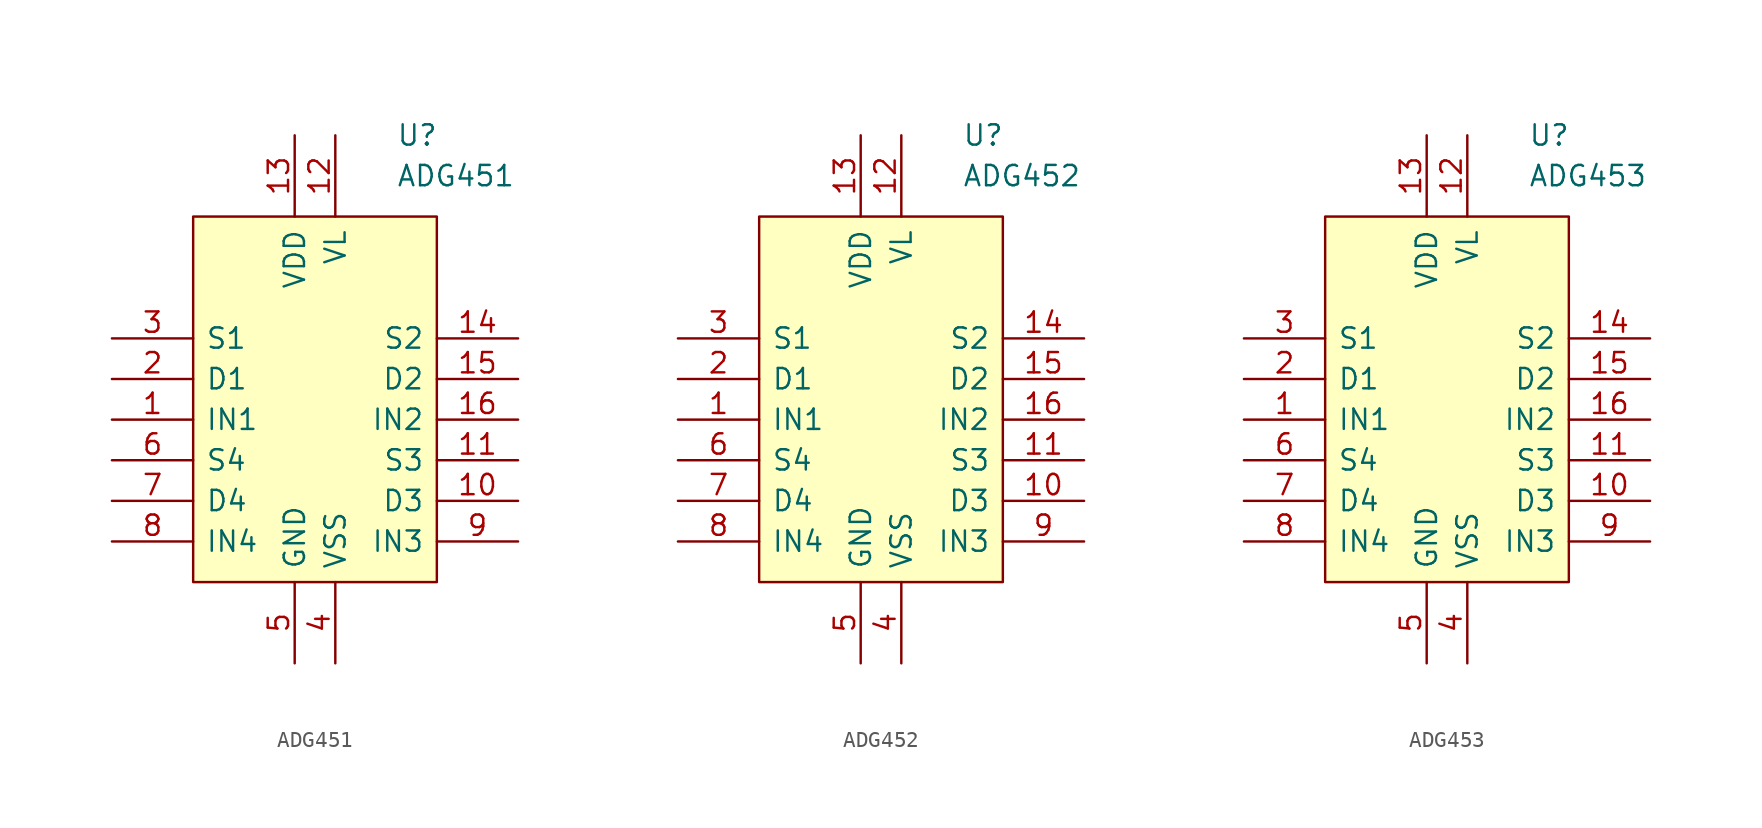
<source format=kicad_sym>
(kicad_symbol_lib
  (version 20220914)
  (generator kicad_symbol_editor)
  (symbol "ADG451"
    (pin_names
      (offset 0.762))
    (property "Reference" "U"
      (at 17.78 7.62 0)
      (effects (font (size 1.27 1.27)) (justify left)))
    (property "Value" "ADG451"
      (at 17.78 5.08 0)
      (effects (font (size 1.27 1.27)) (justify left)))
    (symbol "ADG451_0_0"
      (pin passive line (at 0 -10.16 0) (length 5.08) (name "IN1" (effects (font (size 1.27 1.27)))) (number "1" (effects (font (size 1.27 1.27)))))
      (pin passive line (at 25.4 -15.24 180) (length 5.08) (name "D3" (effects (font (size 1.27 1.27)))) (number "10" (effects (font (size 1.27 1.27)))))
      (pin passive line (at 25.4 -12.7 180) (length 5.08) (name "S3" (effects (font (size 1.27 1.27)))) (number "11" (effects (font (size 1.27 1.27)))))
      (pin passive line (at 13.97 7.62 270) (length 5.08) (name "VL" (effects (font (size 1.27 1.27)))) (number "12" (effects (font (size 1.27 1.27)))))
      (pin passive line (at 11.43 7.62 270) (length 5.08) (name "VDD" (effects (font (size 1.27 1.27)))) (number "13" (effects (font (size 1.27 1.27)))))
      (pin passive line (at 25.4 -5.08 180) (length 5.08) (name "S2" (effects (font (size 1.27 1.27)))) (number "14" (effects (font (size 1.27 1.27)))))
      (pin passive line (at 25.4 -7.62 180) (length 5.08) (name "D2" (effects (font (size 1.27 1.27)))) (number "15" (effects (font (size 1.27 1.27)))))
      (pin passive line (at 25.4 -10.16 180) (length 5.08) (name "IN2" (effects (font (size 1.27 1.27)))) (number "16" (effects (font (size 1.27 1.27)))))
      (pin passive line (at 0 -7.62 0) (length 5.08) (name "D1" (effects (font (size 1.27 1.27)))) (number "2" (effects (font (size 1.27 1.27)))))
      (pin passive line (at 0 -5.08 0) (length 5.08) (name "S1" (effects (font (size 1.27 1.27)))) (number "3" (effects (font (size 1.27 1.27)))))
      (pin passive line (at 13.97 -25.4 90) (length 5.08) (name "VSS" (effects (font (size 1.27 1.27)))) (number "4" (effects (font (size 1.27 1.27)))))
      (pin passive line (at 11.43 -25.4 90) (length 5.08) (name "GND" (effects (font (size 1.27 1.27)))) (number "5" (effects (font (size 1.27 1.27)))))
      (pin passive line (at 0 -12.7 0) (length 5.08) (name "S4" (effects (font (size 1.27 1.27)))) (number "6" (effects (font (size 1.27 1.27)))))
      (pin passive line (at 0 -15.24 0) (length 5.08) (name "D4" (effects (font (size 1.27 1.27)))) (number "7" (effects (font (size 1.27 1.27)))))
      (pin passive line (at 0 -17.78 0) (length 5.08) (name "IN4" (effects (font (size 1.27 1.27)))) (number "8" (effects (font (size 1.27 1.27)))))
      (pin passive line (at 25.4 -17.78 180) (length 5.08) (name "IN3" (effects (font (size 1.27 1.27)))) (number "9" (effects (font (size 1.27 1.27))))))
    (symbol "ADG451_0_1"
      (polyline (pts (xy 5.08 2.54) (xy 20.32 2.54) (xy 20.32 -20.32) (xy 5.08 -20.32) (xy 5.08 2.54)) (stroke (width 0.152) (type default)) (fill (type background)))))
  (symbol "ADG452"
    (pin_names
      (offset 0.762))
    (property "Reference" "U"
      (at 17.78 7.62 0)
      (effects (font (size 1.27 1.27)) (justify left)))
    (property "Value" "ADG452"
      (at 17.78 5.08 0)
      (effects (font (size 1.27 1.27)) (justify left)))
    (symbol "ADG452_0_0"
      (pin passive line (at 0 -10.16 0) (length 5.08) (name "IN1" (effects (font (size 1.27 1.27)))) (number "1" (effects (font (size 1.27 1.27)))))
      (pin passive line (at 25.4 -15.24 180) (length 5.08) (name "D3" (effects (font (size 1.27 1.27)))) (number "10" (effects (font (size 1.27 1.27)))))
      (pin passive line (at 25.4 -12.7 180) (length 5.08) (name "S3" (effects (font (size 1.27 1.27)))) (number "11" (effects (font (size 1.27 1.27)))))
      (pin passive line (at 13.97 7.62 270) (length 5.08) (name "VL" (effects (font (size 1.27 1.27)))) (number "12" (effects (font (size 1.27 1.27)))))
      (pin passive line (at 11.43 7.62 270) (length 5.08) (name "VDD" (effects (font (size 1.27 1.27)))) (number "13" (effects (font (size 1.27 1.27)))))
      (pin passive line (at 25.4 -5.08 180) (length 5.08) (name "S2" (effects (font (size 1.27 1.27)))) (number "14" (effects (font (size 1.27 1.27)))))
      (pin passive line (at 25.4 -7.62 180) (length 5.08) (name "D2" (effects (font (size 1.27 1.27)))) (number "15" (effects (font (size 1.27 1.27)))))
      (pin passive line (at 25.4 -10.16 180) (length 5.08) (name "IN2" (effects (font (size 1.27 1.27)))) (number "16" (effects (font (size 1.27 1.27)))))
      (pin passive line (at 0 -7.62 0) (length 5.08) (name "D1" (effects (font (size 1.27 1.27)))) (number "2" (effects (font (size 1.27 1.27)))))
      (pin passive line (at 0 -5.08 0) (length 5.08) (name "S1" (effects (font (size 1.27 1.27)))) (number "3" (effects (font (size 1.27 1.27)))))
      (pin passive line (at 13.97 -25.4 90) (length 5.08) (name "VSS" (effects (font (size 1.27 1.27)))) (number "4" (effects (font (size 1.27 1.27)))))
      (pin passive line (at 11.43 -25.4 90) (length 5.08) (name "GND" (effects (font (size 1.27 1.27)))) (number "5" (effects (font (size 1.27 1.27)))))
      (pin passive line (at 0 -12.7 0) (length 5.08) (name "S4" (effects (font (size 1.27 1.27)))) (number "6" (effects (font (size 1.27 1.27)))))
      (pin passive line (at 0 -15.24 0) (length 5.08) (name "D4" (effects (font (size 1.27 1.27)))) (number "7" (effects (font (size 1.27 1.27)))))
      (pin passive line (at 0 -17.78 0) (length 5.08) (name "IN4" (effects (font (size 1.27 1.27)))) (number "8" (effects (font (size 1.27 1.27)))))
      (pin passive line (at 25.4 -17.78 180) (length 5.08) (name "IN3" (effects (font (size 1.27 1.27)))) (number "9" (effects (font (size 1.27 1.27))))))
    (symbol "ADG452_0_1"
      (polyline (pts (xy 5.08 2.54) (xy 20.32 2.54) (xy 20.32 -20.32) (xy 5.08 -20.32) (xy 5.08 2.54)) (stroke (width 0.152) (type default)) (fill (type background)))))
  (symbol "ADG453"
    (pin_names
      (offset 0.762))
    (property "Reference" "U"
      (at 17.78 7.62 0)
      (effects (font (size 1.27 1.27)) (justify left)))
    (property "Value" "ADG453"
      (at 17.78 5.08 0)
      (effects (font (size 1.27 1.27)) (justify left)))
    (symbol "ADG453_0_0"
      (pin passive line (at 0 -10.16 0) (length 5.08) (name "IN1" (effects (font (size 1.27 1.27)))) (number "1" (effects (font (size 1.27 1.27)))))
      (pin passive line (at 25.4 -15.24 180) (length 5.08) (name "D3" (effects (font (size 1.27 1.27)))) (number "10" (effects (font (size 1.27 1.27)))))
      (pin passive line (at 25.4 -12.7 180) (length 5.08) (name "S3" (effects (font (size 1.27 1.27)))) (number "11" (effects (font (size 1.27 1.27)))))
      (pin passive line (at 13.97 7.62 270) (length 5.08) (name "VL" (effects (font (size 1.27 1.27)))) (number "12" (effects (font (size 1.27 1.27)))))
      (pin passive line (at 11.43 7.62 270) (length 5.08) (name "VDD" (effects (font (size 1.27 1.27)))) (number "13" (effects (font (size 1.27 1.27)))))
      (pin passive line (at 25.4 -5.08 180) (length 5.08) (name "S2" (effects (font (size 1.27 1.27)))) (number "14" (effects (font (size 1.27 1.27)))))
      (pin passive line (at 25.4 -7.62 180) (length 5.08) (name "D2" (effects (font (size 1.27 1.27)))) (number "15" (effects (font (size 1.27 1.27)))))
      (pin passive line (at 25.4 -10.16 180) (length 5.08) (name "IN2" (effects (font (size 1.27 1.27)))) (number "16" (effects (font (size 1.27 1.27)))))
      (pin passive line (at 0 -7.62 0) (length 5.08) (name "D1" (effects (font (size 1.27 1.27)))) (number "2" (effects (font (size 1.27 1.27)))))
      (pin passive line (at 0 -5.08 0) (length 5.08) (name "S1" (effects (font (size 1.27 1.27)))) (number "3" (effects (font (size 1.27 1.27)))))
      (pin passive line (at 13.97 -25.4 90) (length 5.08) (name "VSS" (effects (font (size 1.27 1.27)))) (number "4" (effects (font (size 1.27 1.27)))))
      (pin passive line (at 11.43 -25.4 90) (length 5.08) (name "GND" (effects (font (size 1.27 1.27)))) (number "5" (effects (font (size 1.27 1.27)))))
      (pin passive line (at 0 -12.7 0) (length 5.08) (name "S4" (effects (font (size 1.27 1.27)))) (number "6" (effects (font (size 1.27 1.27)))))
      (pin passive line (at 0 -15.24 0) (length 5.08) (name "D4" (effects (font (size 1.27 1.27)))) (number "7" (effects (font (size 1.27 1.27)))))
      (pin passive line (at 0 -17.78 0) (length 5.08) (name "IN4" (effects (font (size 1.27 1.27)))) (number "8" (effects (font (size 1.27 1.27)))))
      (pin passive line (at 25.4 -17.78 180) (length 5.08) (name "IN3" (effects (font (size 1.27 1.27)))) (number "9" (effects (font (size 1.27 1.27))))))
    (symbol "ADG453_0_1"
      (polyline (pts (xy 5.08 2.54) (xy 20.32 2.54) (xy 20.32 -20.32) (xy 5.08 -20.32) (xy 5.08 2.54)) (stroke (width 0.152) (type default)) (fill (type background))))))
</source>
